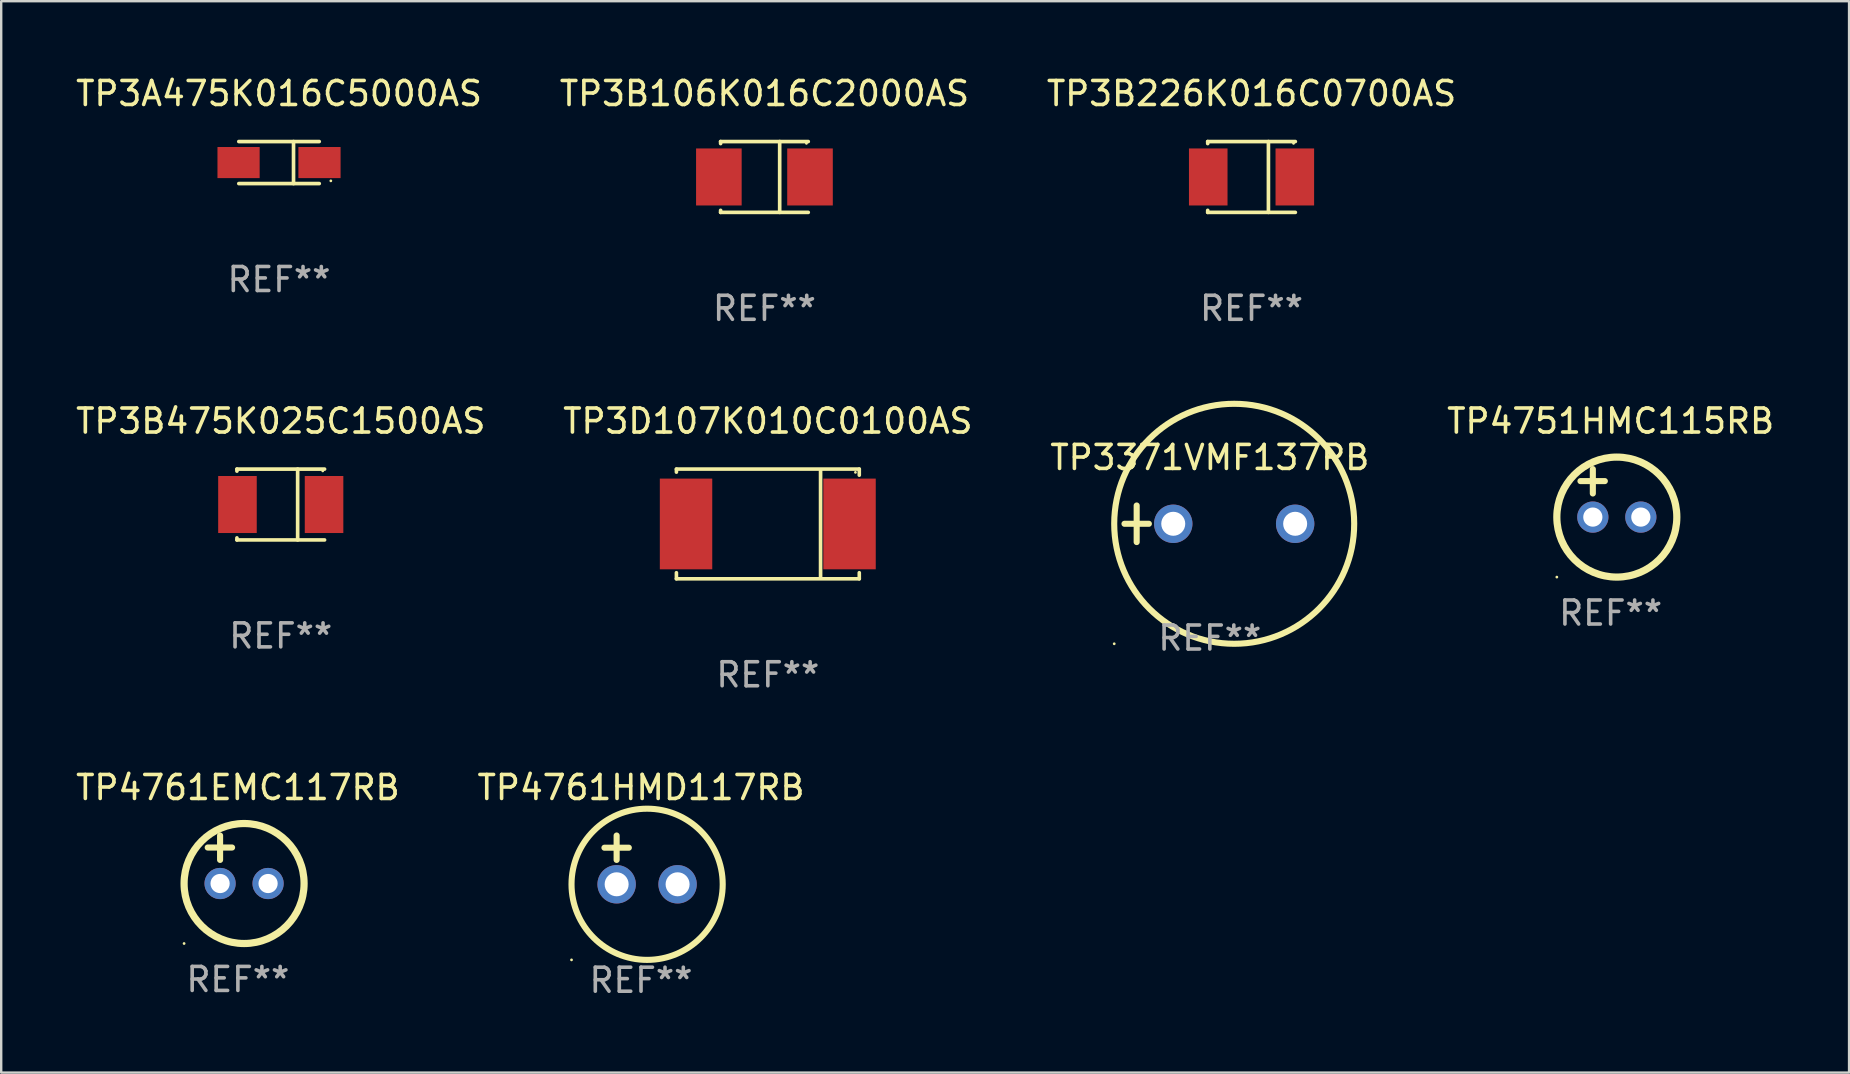
<source format=kicad_pcb>
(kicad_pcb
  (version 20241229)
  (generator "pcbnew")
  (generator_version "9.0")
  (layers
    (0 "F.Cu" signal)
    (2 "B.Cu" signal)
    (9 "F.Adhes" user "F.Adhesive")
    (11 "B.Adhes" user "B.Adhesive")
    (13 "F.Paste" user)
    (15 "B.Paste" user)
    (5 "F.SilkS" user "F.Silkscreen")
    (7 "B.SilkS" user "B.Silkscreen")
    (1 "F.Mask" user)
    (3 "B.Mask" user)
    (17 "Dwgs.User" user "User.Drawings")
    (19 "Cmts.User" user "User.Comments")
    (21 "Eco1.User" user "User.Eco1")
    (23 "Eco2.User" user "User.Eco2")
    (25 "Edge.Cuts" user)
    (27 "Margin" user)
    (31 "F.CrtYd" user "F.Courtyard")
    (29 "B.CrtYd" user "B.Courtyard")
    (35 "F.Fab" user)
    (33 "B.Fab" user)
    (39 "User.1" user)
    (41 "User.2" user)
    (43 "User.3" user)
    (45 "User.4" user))
  (footprint "TP3B226K016C0700AS"
    (layer "F.Cu")
    (at 49.101 4.324)
    (property "Reference" "TP3B226K016C0700AS" (at 0 -3.476 0) (layer "F.SilkS") (effects (font (size 1 1) (thickness 0.15))))
    (attr through_hole)
    (fp_line (start -1.826 -1.476) (end -1.826 -1.391) (stroke (width 0.152) (type solid)) (layer "F.SilkS"))
    (fp_line (start -1.826 -1.476) (end 1.826 -1.476) (stroke (width 0.152) (type solid)) (layer "F.SilkS"))
    (fp_line (start -1.826 1.476) (end -1.826 1.391) (stroke (width 0.152) (type solid)) (layer "F.SilkS"))
    (fp_line (start -1.826 1.476) (end 1.826 1.476) (stroke (width 0.152) (type solid)) (layer "F.SilkS"))
    (fp_line (start 0.704 -1.476) (end 0.704 1.476) (stroke (width 0.152) (type solid)) (layer "F.SilkS"))
    (fp_circle (center 1.75 -1.4) (end 1.78 -1.4) (stroke (width 0.06) (type solid)) (fill no) (layer "F.SilkS"))
    (fp_text user "REF**" (at 0 5.476 0) (layer "F.Fab") (effects (font (size 1 1) (thickness 0.15))))
    (pad "1" smd rect (at 1.804 0) (size 1.607 2.376) (layers "F.Cu" "F.Mask" "F.Paste"))
    (pad "2" smd rect (at -1.804 0) (size 1.607 2.376) (layers "F.Cu" "F.Mask" "F.Paste")))
  (footprint "TP4761EMC117RB"
    (layer "F.Cu")
    (at 6.863 32.766)
    (property "Reference" "TP4761EMC117RB" (at 0 -3 0) (layer "F.SilkS") (effects (font (size 1 1) (thickness 0.15))))
    (attr through_hole)
    (fp_line (start -1.258 -0.5) (end -0.242 -0.5) (stroke (width 0.254) (type solid)) (layer "F.SilkS"))
    (fp_line (start -0.742 -1) (end -0.742 0.016) (stroke (width 0.254) (type solid)) (layer "F.SilkS"))
    (fp_circle (center -2.242 3.5) (end -2.212 3.5) (stroke (width 0.06) (type solid)) (fill no) (layer "F.SilkS"))
    (fp_circle (center 0.258 1) (end 2.758 1) (stroke (width 0.3) (type solid)) (fill no) (layer "F.SilkS"))
    (fp_text user "REF**" (at 0 5 0) (layer "F.Fab") (effects (font (size 1 1) (thickness 0.15))))
    (pad "1" thru_hole circle (at -0.742 1) (size 1.3 1.3) (drill 0.8) (layers "*.Cu" "*.Mask"))
    (pad "2" thru_hole circle (at 1.258 1) (size 1.3 1.3) (drill 0.8) (layers "*.Cu" "*.Mask")))
  (footprint "TP4751HMC115RB"
    (layer "F.Cu")
    (at 64.065 17.497)
    (property "Reference" "TP4751HMC115RB" (at 0 -3 0) (layer "F.SilkS") (effects (font (size 1 1) (thickness 0.15))))
    (attr through_hole)
    (fp_line (start -1.258 -0.5) (end -0.242 -0.5) (stroke (width 0.254) (type solid)) (layer "F.SilkS"))
    (fp_line (start -0.742 -1) (end -0.742 0.016) (stroke (width 0.254) (type solid)) (layer "F.SilkS"))
    (fp_circle (center -2.242 3.5) (end -2.212 3.5) (stroke (width 0.06) (type solid)) (fill no) (layer "F.SilkS"))
    (fp_circle (center 0.258 1) (end 2.758 1) (stroke (width 0.3) (type solid)) (fill no) (layer "F.SilkS"))
    (fp_text user "REF**" (at 0 5 0) (layer "F.Fab") (effects (font (size 1 1) (thickness 0.15))))
    (pad "1" thru_hole circle (at -0.742 1) (size 1.3 1.3) (drill 0.8) (layers "*.Cu" "*.Mask"))
    (pad "2" thru_hole circle (at 1.258 1) (size 1.3 1.3) (drill 0.8) (layers "*.Cu" "*.Mask")))
  (footprint "TP3B475K025C1500AS"
    (layer "F.Cu")
    (at 8.649 17.973)
    (property "Reference" "TP3B475K025C1500AS" (at 0 -3.476 0) (layer "F.SilkS") (effects (font (size 1 1) (thickness 0.15))))
    (attr through_hole)
    (fp_line (start -1.826 -1.476) (end -1.826 -1.391) (stroke (width 0.152) (type solid)) (layer "F.SilkS"))
    (fp_line (start -1.826 -1.476) (end 1.826 -1.476) (stroke (width 0.152) (type solid)) (layer "F.SilkS"))
    (fp_line (start -1.826 1.476) (end -1.826 1.391) (stroke (width 0.152) (type solid)) (layer "F.SilkS"))
    (fp_line (start -1.826 1.476) (end 1.826 1.476) (stroke (width 0.152) (type solid)) (layer "F.SilkS"))
    (fp_line (start 0.704 -1.476) (end 0.704 1.476) (stroke (width 0.152) (type solid)) (layer "F.SilkS"))
    (fp_circle (center 1.75 -1.4) (end 1.78 -1.4) (stroke (width 0.06) (type solid)) (fill no) (layer "F.SilkS"))
    (fp_text user "REF**" (at 0 5.476 0) (layer "F.Fab") (effects (font (size 1 1) (thickness 0.15))))
    (pad "1" smd rect (at 1.804 0) (size 1.607 2.376) (layers "F.Cu" "F.Mask" "F.Paste"))
    (pad "2" smd rect (at -1.804 0) (size 1.607 2.376) (layers "F.Cu" "F.Mask" "F.Paste")))
  (footprint "TP3B106K016C2000AS"
    (layer "F.Cu")
    (at 28.804 4.324)
    (property "Reference" "TP3B106K016C2000AS" (at 0 -3.476 0) (layer "F.SilkS") (effects (font (size 1 1) (thickness 0.15))))
    (attr through_hole)
    (fp_line (start -1.826 -1.476) (end -1.826 -1.391) (stroke (width 0.152) (type solid)) (layer "F.SilkS"))
    (fp_line (start -1.826 -1.476) (end 1.826 -1.476) (stroke (width 0.152) (type solid)) (layer "F.SilkS"))
    (fp_line (start -1.826 1.476) (end -1.826 1.391) (stroke (width 0.152) (type solid)) (layer "F.SilkS"))
    (fp_line (start -1.826 1.476) (end 1.826 1.476) (stroke (width 0.152) (type solid)) (layer "F.SilkS"))
    (fp_line (start 0.635 -1.476) (end 0.635 1.476) (stroke (width 0.152) (type solid)) (layer "F.SilkS"))
    (fp_circle (center 1.75 -1.4) (end 1.78 -1.4) (stroke (width 0.06) (type solid)) (fill no) (layer "F.SilkS"))
    (fp_text user "REF**" (at 0 5.476 0) (layer "F.Fab") (effects (font (size 1 1) (thickness 0.15))))
    (pad "1" smd rect (at 1.899 0) (size 1.9 2.376) (layers "F.Cu" "F.Mask" "F.Paste"))
    (pad "2" smd rect (at -1.899 0) (size 1.9 2.376) (layers "F.Cu" "F.Mask" "F.Paste")))
  (footprint "TP3A475K016C5000AS"
    (layer "F.Cu")
    (at 8.577 3.724)
    (property "Reference" "TP3A475K016C5000AS" (at 0 -2.876 0) (layer "F.SilkS") (effects (font (size 1 1) (thickness 0.15))))
    (attr through_hole)
    (fp_line (start -1.676 -0.876) (end 1.676 -0.876) (stroke (width 0.152) (type solid)) (layer "F.SilkS"))
    (fp_line (start -1.676 0.876) (end 1.676 0.876) (stroke (width 0.152) (type solid)) (layer "F.SilkS"))
    (fp_line (start 0.604 -0.876) (end 0.604 0.876) (stroke (width 0.152) (type solid)) (layer "F.SilkS"))
    (fp_circle (center 2.159 0.762) (end 2.189 0.762) (stroke (width 0.06) (type solid)) (fill no) (layer "F.SilkS"))
    (fp_text user "REF**" (at 0 4.876 0) (layer "F.Fab") (effects (font (size 1 1) (thickness 0.15))))
    (pad "1" smd rect (at 1.686 0) (size 1.758 1.296) (layers "F.Cu" "F.Mask" "F.Paste"))
    (pad "2" smd rect (at -1.686 0) (size 1.758 1.296) (layers "F.Cu" "F.Mask" "F.Paste")))
  (footprint "TP3D107K010C0100AS"
    (layer "F.Cu")
    (at 28.946 18.783)
    (property "Reference" "TP3D107K010C0100AS" (at 0 -4.286 0) (layer "F.SilkS") (effects (font (size 1 1) (thickness 0.15))))
    (attr through_hole)
    (fp_line (start -3.81 -2.286) (end -3.81 -2.159) (stroke (width 0.15) (type solid)) (layer "F.SilkS"))
    (fp_line (start -3.81 2.032) (end -3.81 2.286) (stroke (width 0.15) (type solid)) (layer "F.SilkS"))
    (fp_line (start -3.81 2.286) (end 3.81 2.286) (stroke (width 0.15) (type solid)) (layer "F.SilkS"))
    (fp_line (start 2.197 -2.226) (end 2.197 2.226) (stroke (width 0.152) (type solid)) (layer "F.SilkS"))
    (fp_line (start 3.81 -2.286) (end -3.81 -2.286) (stroke (width 0.15) (type solid)) (layer "F.SilkS"))
    (fp_line (start 3.81 -2.032) (end 3.81 -2.286) (stroke (width 0.15) (type solid)) (layer "F.SilkS"))
    (fp_line (start 3.81 2.286) (end 3.81 2.032) (stroke (width 0.15) (type solid)) (layer "F.SilkS"))
    (fp_circle (center 3.65 -2.15) (end 3.68 -2.15) (stroke (width 0.06) (type solid)) (fill no) (layer "F.SilkS"))
    (fp_text user "REF**" (at 0 6.286 0) (layer "F.Fab") (effects (font (size 1 1) (thickness 0.15))))
    (pad "1" smd rect (at 3.404 0 180) (size 2.185 3.78) (layers "F.Cu" "F.Mask" "F.Paste"))
    (pad "2" smd rect (at -3.409 0 180) (size 2.185 3.78) (layers "F.Cu" "F.Mask" "F.Paste")))
  (footprint "TP3371VMF137RB"
    (layer "F.Cu")
    (at 47.363 18.776)
    (property "Reference" "TP3371VMF137RB" (at 0 -2.762 0) (layer "F.SilkS") (effects (font (size 1 1) (thickness 0.15))))
    (attr through_hole)
    (fp_line (start -3.556 0) (end -2.54 0) (stroke (width 0.254) (type solid)) (layer "F.SilkS"))
    (fp_line (start -3.048 -0.762) (end -3.048 0.762) (stroke (width 0.254) (type solid)) (layer "F.SilkS"))
    (fp_circle (center -3.984 5) (end -3.954 5) (stroke (width 0.06) (type solid)) (fill no) (layer "F.SilkS"))
    (fp_circle (center 1.016 0) (end 6.016 0) (stroke (width 0.254) (type solid)) (fill no) (layer "F.SilkS"))
    (fp_text user "REF**" (at 0 4.762 0) (layer "F.Fab") (effects (font (size 1 1) (thickness 0.15))))
    (pad "1" thru_hole circle (at -1.524 0) (size 1.6 1.6) (drill 1) (layers "*.Cu" "*.Mask"))
    (pad "2" thru_hole circle (at 3.556 0) (size 1.6 1.6) (drill 1) (layers "*.Cu" "*.Mask")))
  (footprint "TP4761HMD117RB"
    (layer "F.Cu")
    (at 23.661 32.782)
    (property "Reference" "TP4761HMD117RB" (at 0 -3.016 0) (layer "F.SilkS") (effects (font (size 1 1) (thickness 0.15))))
    (attr through_hole)
    (fp_line (start -1.524 -0.508) (end -0.508 -0.508) (stroke (width 0.254) (type solid)) (layer "F.SilkS"))
    (fp_line (start -1.016 -1.016) (end -1.016 0) (stroke (width 0.254) (type solid)) (layer "F.SilkS"))
    (fp_circle (center -2.896 4.166) (end -2.866 4.166) (stroke (width 0.06) (type solid)) (fill no) (layer "F.SilkS"))
    (fp_circle (center 0.254 1.016) (end 3.404 1.016) (stroke (width 0.254) (type solid)) (fill no) (layer "F.SilkS"))
    (fp_text user "REF**" (at 0 5.016 0) (layer "F.Fab") (effects (font (size 1 1) (thickness 0.15))))
    (pad "1" thru_hole circle (at -1.016 1.016) (size 1.6 1.6) (drill 1) (layers "*.Cu" "*.Mask"))
    (pad "2" thru_hole circle (at 1.524 1.016) (size 1.6 1.6) (drill 1) (layers "*.Cu" "*.Mask")))
  (gr_rect
    (start -3 -3)
    (end 74 41.646)
    (stroke (width 0.1) (type default))
    (fill no)
    (layer "Edge.Cuts")))
</source>
